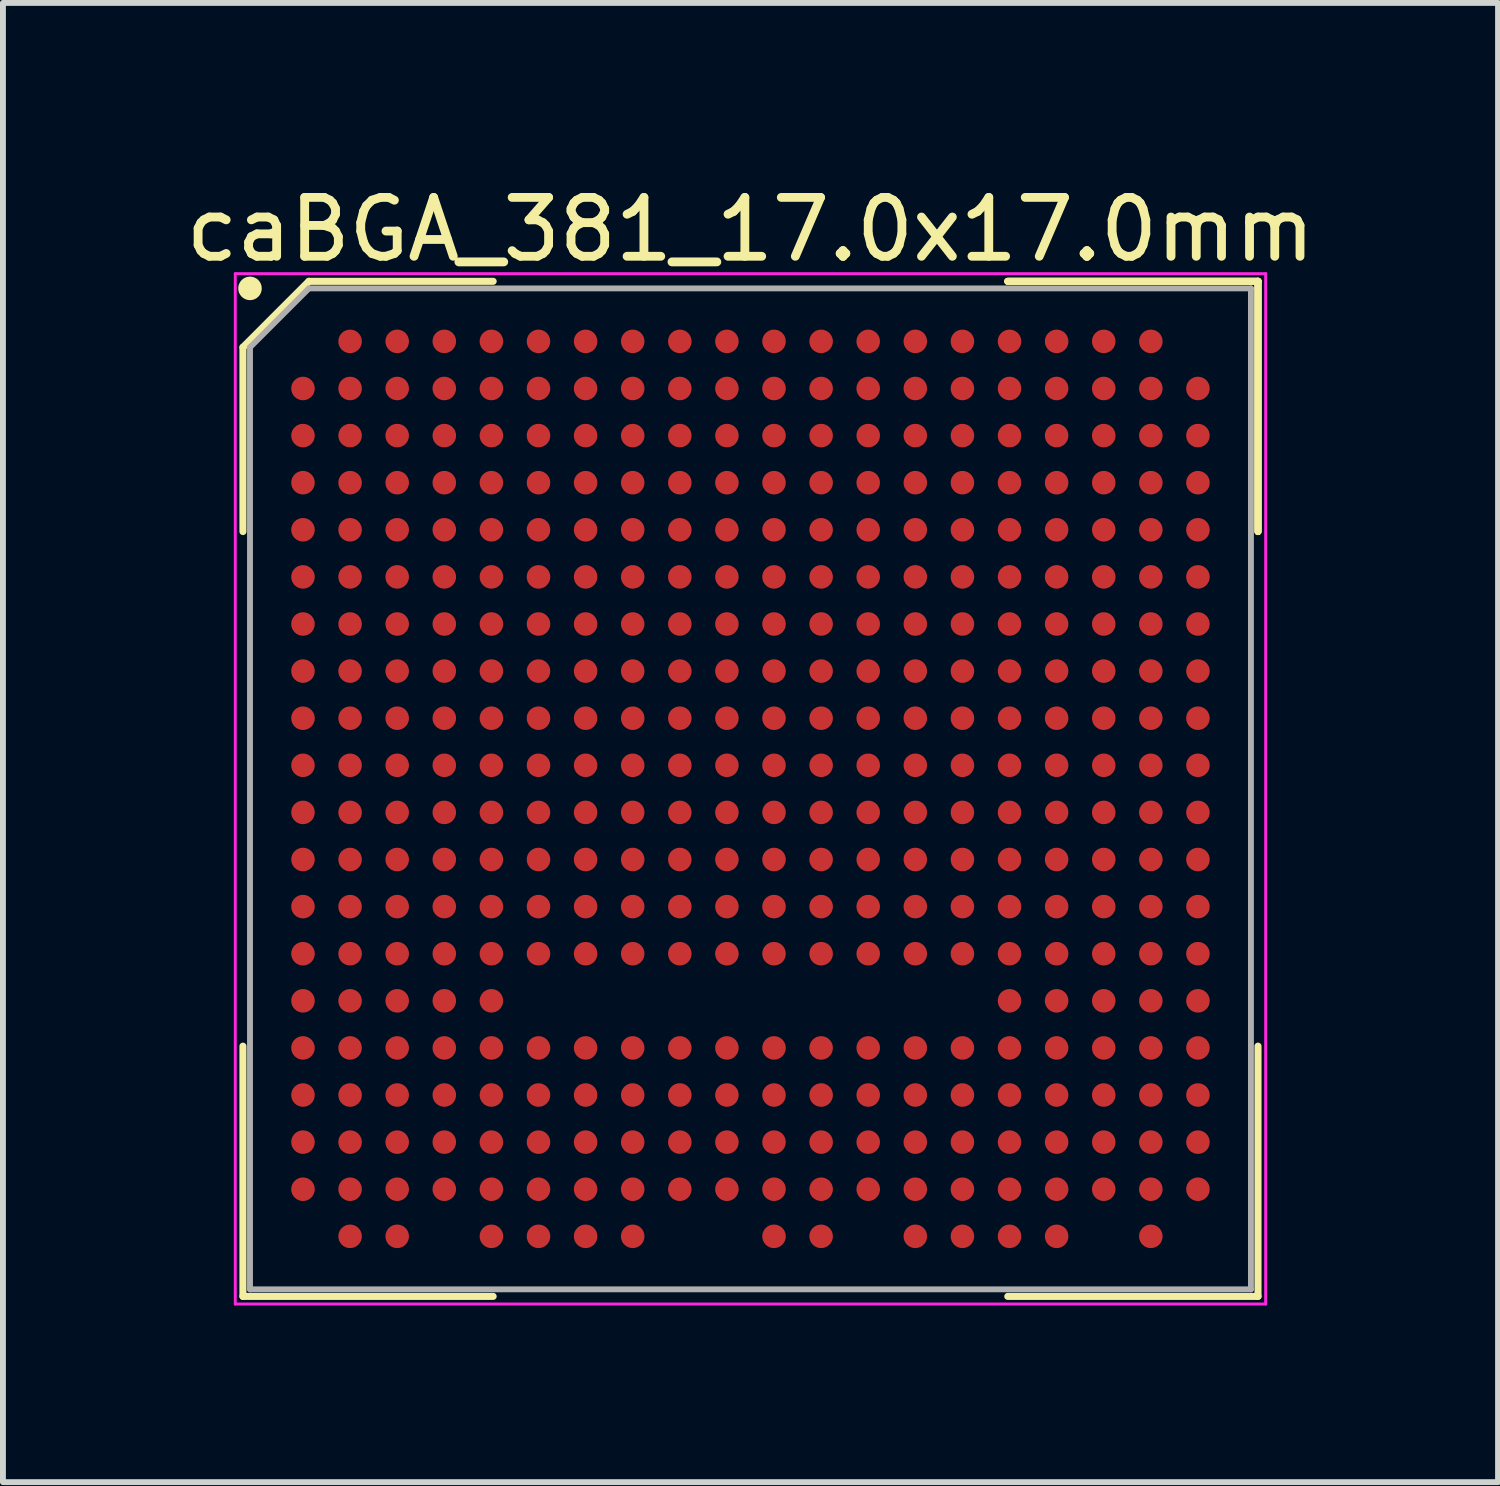
<source format=kicad_pcb>
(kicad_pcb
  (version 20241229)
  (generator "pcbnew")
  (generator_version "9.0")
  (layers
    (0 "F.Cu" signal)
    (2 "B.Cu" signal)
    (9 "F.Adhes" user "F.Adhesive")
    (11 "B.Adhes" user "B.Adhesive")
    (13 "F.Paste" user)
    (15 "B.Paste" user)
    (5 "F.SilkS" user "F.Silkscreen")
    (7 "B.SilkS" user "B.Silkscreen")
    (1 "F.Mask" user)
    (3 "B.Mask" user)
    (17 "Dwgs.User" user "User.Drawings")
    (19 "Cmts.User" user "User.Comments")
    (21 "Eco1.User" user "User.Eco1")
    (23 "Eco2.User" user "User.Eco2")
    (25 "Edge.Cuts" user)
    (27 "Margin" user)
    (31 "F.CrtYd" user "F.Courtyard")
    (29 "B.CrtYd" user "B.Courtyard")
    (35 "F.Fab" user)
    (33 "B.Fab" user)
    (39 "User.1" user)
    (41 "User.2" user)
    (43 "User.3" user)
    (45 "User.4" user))
  (footprint "caBGA_381_17.0x17.0mm"
    (layer "F.Cu")
    (at 9.696 10.348)
    (property "Reference" "caBGA_381_17.0x17.0mm" (at 0 -9.5 0) (layer "F.SilkS") (effects (font (size 1 1) (thickness 0.15))))
    (attr smd)
    (fp_line (start -8.62 -7.5) (end -8.62 -4.37) (stroke (width 0.12) (type solid)) (layer "F.SilkS"))
    (fp_line (start -8.62 8.62) (end -8.62 4.37) (stroke (width 0.12) (type solid)) (layer "F.SilkS"))
    (fp_line (start -7.5 -8.62) (end -8.62 -7.5) (stroke (width 0.12) (type solid)) (layer "F.SilkS"))
    (fp_line (start -4.37 -8.62) (end -7.5 -8.62) (stroke (width 0.12) (type solid)) (layer "F.SilkS"))
    (fp_line (start -4.37 8.62) (end -8.62 8.62) (stroke (width 0.12) (type solid)) (layer "F.SilkS"))
    (fp_line (start 4.37 -8.62) (end 8.62 -8.62) (stroke (width 0.12) (type solid)) (layer "F.SilkS"))
    (fp_line (start 4.37 -8.62) (end 8.62 -8.62) (stroke (width 0.12) (type solid)) (layer "F.SilkS"))
    (fp_line (start 4.37 -8.62) (end 8.62 -8.62) (stroke (width 0.12) (type solid)) (layer "F.SilkS"))
    (fp_line (start 4.37 8.62) (end 8.62 8.62) (stroke (width 0.12) (type solid)) (layer "F.SilkS"))
    (fp_line (start 8.62 -8.62) (end 8.62 -4.37) (stroke (width 0.12) (type solid)) (layer "F.SilkS"))
    (fp_line (start 8.62 -8.62) (end 8.62 -4.37) (stroke (width 0.12) (type solid)) (layer "F.SilkS"))
    (fp_line (start 8.62 -8.62) (end 8.62 -4.37) (stroke (width 0.12) (type solid)) (layer "F.SilkS"))
    (fp_line (start 8.62 8.62) (end 8.62 4.37) (stroke (width 0.12) (type solid)) (layer "F.SilkS"))
    (fp_circle (center -8.5 -8.5) (end -8.5 -8.4) (stroke (width 0.2) (type solid)) (fill no) (layer "F.SilkS"))
    (fp_line (start -8.75 -8.75) (end 8.75 -8.75) (stroke (width 0.05) (type solid)) (layer "F.CrtYd"))
    (fp_line (start -8.75 8.75) (end -8.75 -8.75) (stroke (width 0.05) (type solid)) (layer "F.CrtYd"))
    (fp_line (start 8.75 -8.75) (end 8.75 8.75) (stroke (width 0.05) (type solid)) (layer "F.CrtYd"))
    (fp_line (start 8.75 8.75) (end -8.75 8.75) (stroke (width 0.05) (type solid)) (layer "F.CrtYd"))
    (fp_line (start -8.5 -7.5) (end -8.5 8.5) (stroke (width 0.1) (type solid)) (layer "F.Fab"))
    (fp_line (start -8.5 8.5) (end 8.5 8.5) (stroke (width 0.1) (type solid)) (layer "F.Fab"))
    (fp_line (start -7.5 -8.5) (end -8.5 -7.5) (stroke (width 0.1) (type solid)) (layer "F.Fab"))
    (fp_line (start 8.5 -8.5) (end -7.5 -8.5) (stroke (width 0.1) (type solid)) (layer "F.Fab"))
    (fp_line (start 8.5 8.5) (end 8.5 -8.5) (stroke (width 0.1) (type solid)) (layer "F.Fab"))
    (pad "A2" smd circle (at -6.8 -7.6) (size 0.4 0.4) (layers "F.Cu" "F.Mask" "F.Paste"))
    (pad "A3" smd circle (at -6 -7.6) (size 0.4 0.4) (layers "F.Cu" "F.Mask" "F.Paste"))
    (pad "A4" smd circle (at -5.2 -7.6) (size 0.4 0.4) (layers "F.Cu" "F.Mask" "F.Paste"))
    (pad "A5" smd circle (at -4.4 -7.6) (size 0.4 0.4) (layers "F.Cu" "F.Mask" "F.Paste"))
    (pad "A6" smd circle (at -3.6 -7.6) (size 0.4 0.4) (layers "F.Cu" "F.Mask" "F.Paste"))
    (pad "A7" smd circle (at -2.8 -7.6) (size 0.4 0.4) (layers "F.Cu" "F.Mask" "F.Paste"))
    (pad "A8" smd circle (at -2 -7.6) (size 0.4 0.4) (layers "F.Cu" "F.Mask" "F.Paste"))
    (pad "A9" smd circle (at -1.2 -7.6) (size 0.4 0.4) (layers "F.Cu" "F.Mask" "F.Paste"))
    (pad "A10" smd circle (at -0.4 -7.6) (size 0.4 0.4) (layers "F.Cu" "F.Mask" "F.Paste"))
    (pad "A11" smd circle (at 0.4 -7.6) (size 0.4 0.4) (layers "F.Cu" "F.Mask" "F.Paste"))
    (pad "A12" smd circle (at 1.2 -7.6) (size 0.4 0.4) (layers "F.Cu" "F.Mask" "F.Paste"))
    (pad "A13" smd circle (at 2 -7.6) (size 0.4 0.4) (layers "F.Cu" "F.Mask" "F.Paste"))
    (pad "A14" smd circle (at 2.8 -7.6) (size 0.4 0.4) (layers "F.Cu" "F.Mask" "F.Paste"))
    (pad "A15" smd circle (at 3.6 -7.6) (size 0.4 0.4) (layers "F.Cu" "F.Mask" "F.Paste"))
    (pad "A16" smd circle (at 4.4 -7.6) (size 0.4 0.4) (layers "F.Cu" "F.Mask" "F.Paste"))
    (pad "A17" smd circle (at 5.2 -7.6) (size 0.4 0.4) (layers "F.Cu" "F.Mask" "F.Paste"))
    (pad "A18" smd circle (at 6 -7.6) (size 0.4 0.4) (layers "F.Cu" "F.Mask" "F.Paste"))
    (pad "A19" smd circle (at 6.8 -7.6) (size 0.4 0.4) (layers "F.Cu" "F.Mask" "F.Paste"))
    (pad "B1" smd circle (at -7.6 -6.8) (size 0.4 0.4) (layers "F.Cu" "F.Mask" "F.Paste"))
    (pad "B2" smd circle (at -6.8 -6.8) (size 0.4 0.4) (layers "F.Cu" "F.Mask" "F.Paste"))
    (pad "B3" smd circle (at -6 -6.8) (size 0.4 0.4) (layers "F.Cu" "F.Mask" "F.Paste"))
    (pad "B4" smd circle (at -5.2 -6.8) (size 0.4 0.4) (layers "F.Cu" "F.Mask" "F.Paste"))
    (pad "B5" smd circle (at -4.4 -6.8) (size 0.4 0.4) (layers "F.Cu" "F.Mask" "F.Paste"))
    (pad "B6" smd circle (at -3.6 -6.8) (size 0.4 0.4) (layers "F.Cu" "F.Mask" "F.Paste"))
    (pad "B7" smd circle (at -2.8 -6.8) (size 0.4 0.4) (layers "F.Cu" "F.Mask" "F.Paste"))
    (pad "B8" smd circle (at -2 -6.8) (size 0.4 0.4) (layers "F.Cu" "F.Mask" "F.Paste"))
    (pad "B9" smd circle (at -1.2 -6.8) (size 0.4 0.4) (layers "F.Cu" "F.Mask" "F.Paste"))
    (pad "B10" smd circle (at -0.4 -6.8) (size 0.4 0.4) (layers "F.Cu" "F.Mask" "F.Paste"))
    (pad "B11" smd circle (at 0.4 -6.8) (size 0.4 0.4) (layers "F.Cu" "F.Mask" "F.Paste"))
    (pad "B12" smd circle (at 1.2 -6.8) (size 0.4 0.4) (layers "F.Cu" "F.Mask" "F.Paste"))
    (pad "B13" smd circle (at 2 -6.8) (size 0.4 0.4) (layers "F.Cu" "F.Mask" "F.Paste"))
    (pad "B14" smd circle (at 2.8 -6.8) (size 0.4 0.4) (layers "F.Cu" "F.Mask" "F.Paste"))
    (pad "B15" smd circle (at 3.6 -6.8) (size 0.4 0.4) (layers "F.Cu" "F.Mask" "F.Paste"))
    (pad "B16" smd circle (at 4.4 -6.8) (size 0.4 0.4) (layers "F.Cu" "F.Mask" "F.Paste"))
    (pad "B17" smd circle (at 5.2 -6.8) (size 0.4 0.4) (layers "F.Cu" "F.Mask" "F.Paste"))
    (pad "B18" smd circle (at 6 -6.8) (size 0.4 0.4) (layers "F.Cu" "F.Mask" "F.Paste"))
    (pad "B19" smd circle (at 6.8 -6.8) (size 0.4 0.4) (layers "F.Cu" "F.Mask" "F.Paste"))
    (pad "B20" smd circle (at 7.6 -6.8) (size 0.4 0.4) (layers "F.Cu" "F.Mask" "F.Paste"))
    (pad "C1" smd circle (at -7.6 -6) (size 0.4 0.4) (layers "F.Cu" "F.Mask" "F.Paste"))
    (pad "C2" smd circle (at -6.8 -6) (size 0.4 0.4) (layers "F.Cu" "F.Mask" "F.Paste"))
    (pad "C3" smd circle (at -6 -6) (size 0.4 0.4) (layers "F.Cu" "F.Mask" "F.Paste"))
    (pad "C4" smd circle (at -5.2 -6) (size 0.4 0.4) (layers "F.Cu" "F.Mask" "F.Paste"))
    (pad "C5" smd circle (at -4.4 -6) (size 0.4 0.4) (layers "F.Cu" "F.Mask" "F.Paste"))
    (pad "C6" smd circle (at -3.6 -6) (size 0.4 0.4) (layers "F.Cu" "F.Mask" "F.Paste"))
    (pad "C7" smd circle (at -2.8 -6) (size 0.4 0.4) (layers "F.Cu" "F.Mask" "F.Paste"))
    (pad "C8" smd circle (at -2 -6) (size 0.4 0.4) (layers "F.Cu" "F.Mask" "F.Paste"))
    (pad "C9" smd circle (at -1.2 -6) (size 0.4 0.4) (layers "F.Cu" "F.Mask" "F.Paste"))
    (pad "C10" smd circle (at -0.4 -6) (size 0.4 0.4) (layers "F.Cu" "F.Mask" "F.Paste"))
    (pad "C11" smd circle (at 0.4 -6) (size 0.4 0.4) (layers "F.Cu" "F.Mask" "F.Paste"))
    (pad "C12" smd circle (at 1.2 -6) (size 0.4 0.4) (layers "F.Cu" "F.Mask" "F.Paste"))
    (pad "C13" smd circle (at 2 -6) (size 0.4 0.4) (layers "F.Cu" "F.Mask" "F.Paste"))
    (pad "C14" smd circle (at 2.8 -6) (size 0.4 0.4) (layers "F.Cu" "F.Mask" "F.Paste"))
    (pad "C15" smd circle (at 3.6 -6) (size 0.4 0.4) (layers "F.Cu" "F.Mask" "F.Paste"))
    (pad "C16" smd circle (at 4.4 -6) (size 0.4 0.4) (layers "F.Cu" "F.Mask" "F.Paste"))
    (pad "C17" smd circle (at 5.2 -6) (size 0.4 0.4) (layers "F.Cu" "F.Mask" "F.Paste"))
    (pad "C18" smd circle (at 6 -6) (size 0.4 0.4) (layers "F.Cu" "F.Mask" "F.Paste"))
    (pad "C19" smd circle (at 6.8 -6) (size 0.4 0.4) (layers "F.Cu" "F.Mask" "F.Paste"))
    (pad "C20" smd circle (at 7.6 -6) (size 0.4 0.4) (layers "F.Cu" "F.Mask" "F.Paste"))
    (pad "D1" smd circle (at -7.6 -5.2) (size 0.4 0.4) (layers "F.Cu" "F.Mask" "F.Paste"))
    (pad "D2" smd circle (at -6.8 -5.2) (size 0.4 0.4) (layers "F.Cu" "F.Mask" "F.Paste"))
    (pad "D3" smd circle (at -6 -5.2) (size 0.4 0.4) (layers "F.Cu" "F.Mask" "F.Paste"))
    (pad "D4" smd circle (at -5.2 -5.2) (size 0.4 0.4) (layers "F.Cu" "F.Mask" "F.Paste"))
    (pad "D5" smd circle (at -4.4 -5.2) (size 0.4 0.4) (layers "F.Cu" "F.Mask" "F.Paste"))
    (pad "D6" smd circle (at -3.6 -5.2) (size 0.4 0.4) (layers "F.Cu" "F.Mask" "F.Paste"))
    (pad "D7" smd circle (at -2.8 -5.2) (size 0.4 0.4) (layers "F.Cu" "F.Mask" "F.Paste"))
    (pad "D8" smd circle (at -2 -5.2) (size 0.4 0.4) (layers "F.Cu" "F.Mask" "F.Paste"))
    (pad "D9" smd circle (at -1.2 -5.2) (size 0.4 0.4) (layers "F.Cu" "F.Mask" "F.Paste"))
    (pad "D10" smd circle (at -0.4 -5.2) (size 0.4 0.4) (layers "F.Cu" "F.Mask" "F.Paste"))
    (pad "D11" smd circle (at 0.4 -5.2) (size 0.4 0.4) (layers "F.Cu" "F.Mask" "F.Paste"))
    (pad "D12" smd circle (at 1.2 -5.2) (size 0.4 0.4) (layers "F.Cu" "F.Mask" "F.Paste"))
    (pad "D13" smd circle (at 2 -5.2) (size 0.4 0.4) (layers "F.Cu" "F.Mask" "F.Paste"))
    (pad "D14" smd circle (at 2.8 -5.2) (size 0.4 0.4) (layers "F.Cu" "F.Mask" "F.Paste"))
    (pad "D15" smd circle (at 3.6 -5.2) (size 0.4 0.4) (layers "F.Cu" "F.Mask" "F.Paste"))
    (pad "D16" smd circle (at 4.4 -5.2) (size 0.4 0.4) (layers "F.Cu" "F.Mask" "F.Paste"))
    (pad "D17" smd circle (at 5.2 -5.2) (size 0.4 0.4) (layers "F.Cu" "F.Mask" "F.Paste"))
    (pad "D18" smd circle (at 6 -5.2) (size 0.4 0.4) (layers "F.Cu" "F.Mask" "F.Paste"))
    (pad "D19" smd circle (at 6.8 -5.2) (size 0.4 0.4) (layers "F.Cu" "F.Mask" "F.Paste"))
    (pad "D20" smd circle (at 7.6 -5.2) (size 0.4 0.4) (layers "F.Cu" "F.Mask" "F.Paste"))
    (pad "E1" smd circle (at -7.6 -4.4) (size 0.4 0.4) (layers "F.Cu" "F.Mask" "F.Paste"))
    (pad "E2" smd circle (at -6.8 -4.4) (size 0.4 0.4) (layers "F.Cu" "F.Mask" "F.Paste"))
    (pad "E3" smd circle (at -6 -4.4) (size 0.4 0.4) (layers "F.Cu" "F.Mask" "F.Paste"))
    (pad "E4" smd circle (at -5.2 -4.4) (size 0.4 0.4) (layers "F.Cu" "F.Mask" "F.Paste"))
    (pad "E5" smd circle (at -4.4 -4.4) (size 0.4 0.4) (layers "F.Cu" "F.Mask" "F.Paste"))
    (pad "E6" smd circle (at -3.6 -4.4) (size 0.4 0.4) (layers "F.Cu" "F.Mask" "F.Paste"))
    (pad "E7" smd circle (at -2.8 -4.4) (size 0.4 0.4) (layers "F.Cu" "F.Mask" "F.Paste"))
    (pad "E8" smd circle (at -2 -4.4) (size 0.4 0.4) (layers "F.Cu" "F.Mask" "F.Paste"))
    (pad "E9" smd circle (at -1.2 -4.4) (size 0.4 0.4) (layers "F.Cu" "F.Mask" "F.Paste"))
    (pad "E10" smd circle (at -0.4 -4.4) (size 0.4 0.4) (layers "F.Cu" "F.Mask" "F.Paste"))
    (pad "E11" smd circle (at 0.4 -4.4) (size 0.4 0.4) (layers "F.Cu" "F.Mask" "F.Paste"))
    (pad "E12" smd circle (at 1.2 -4.4) (size 0.4 0.4) (layers "F.Cu" "F.Mask" "F.Paste"))
    (pad "E13" smd circle (at 2 -4.4) (size 0.4 0.4) (layers "F.Cu" "F.Mask" "F.Paste"))
    (pad "E14" smd circle (at 2.8 -4.4) (size 0.4 0.4) (layers "F.Cu" "F.Mask" "F.Paste"))
    (pad "E15" smd circle (at 3.6 -4.4) (size 0.4 0.4) (layers "F.Cu" "F.Mask" "F.Paste"))
    (pad "E16" smd circle (at 4.4 -4.4) (size 0.4 0.4) (layers "F.Cu" "F.Mask" "F.Paste"))
    (pad "E17" smd circle (at 5.2 -4.4) (size 0.4 0.4) (layers "F.Cu" "F.Mask" "F.Paste"))
    (pad "E18" smd circle (at 6 -4.4) (size 0.4 0.4) (layers "F.Cu" "F.Mask" "F.Paste"))
    (pad "E19" smd circle (at 6.8 -4.4) (size 0.4 0.4) (layers "F.Cu" "F.Mask" "F.Paste"))
    (pad "E20" smd circle (at 7.6 -4.4) (size 0.4 0.4) (layers "F.Cu" "F.Mask" "F.Paste"))
    (pad "F1" smd circle (at -7.6 -3.6) (size 0.4 0.4) (layers "F.Cu" "F.Mask" "F.Paste"))
    (pad "F2" smd circle (at -6.8 -3.6) (size 0.4 0.4) (layers "F.Cu" "F.Mask" "F.Paste"))
    (pad "F3" smd circle (at -6 -3.6) (size 0.4 0.4) (layers "F.Cu" "F.Mask" "F.Paste"))
    (pad "F4" smd circle (at -5.2 -3.6) (size 0.4 0.4) (layers "F.Cu" "F.Mask" "F.Paste"))
    (pad "F5" smd circle (at -4.4 -3.6) (size 0.4 0.4) (layers "F.Cu" "F.Mask" "F.Paste"))
    (pad "F6" smd circle (at -3.6 -3.6) (size 0.4 0.4) (layers "F.Cu" "F.Mask" "F.Paste"))
    (pad "F7" smd circle (at -2.8 -3.6) (size 0.4 0.4) (layers "F.Cu" "F.Mask" "F.Paste"))
    (pad "F8" smd circle (at -2 -3.6) (size 0.4 0.4) (layers "F.Cu" "F.Mask" "F.Paste"))
    (pad "F9" smd circle (at -1.2 -3.6) (size 0.4 0.4) (layers "F.Cu" "F.Mask" "F.Paste"))
    (pad "F10" smd circle (at -0.4 -3.6) (size 0.4 0.4) (layers "F.Cu" "F.Mask" "F.Paste"))
    (pad "F11" smd circle (at 0.4 -3.6) (size 0.4 0.4) (layers "F.Cu" "F.Mask" "F.Paste"))
    (pad "F12" smd circle (at 1.2 -3.6) (size 0.4 0.4) (layers "F.Cu" "F.Mask" "F.Paste"))
    (pad "F13" smd circle (at 2 -3.6) (size 0.4 0.4) (layers "F.Cu" "F.Mask" "F.Paste"))
    (pad "F14" smd circle (at 2.8 -3.6) (size 0.4 0.4) (layers "F.Cu" "F.Mask" "F.Paste"))
    (pad "F15" smd circle (at 3.6 -3.6) (size 0.4 0.4) (layers "F.Cu" "F.Mask" "F.Paste"))
    (pad "F16" smd circle (at 4.4 -3.6) (size 0.4 0.4) (layers "F.Cu" "F.Mask" "F.Paste"))
    (pad "F17" smd circle (at 5.2 -3.6) (size 0.4 0.4) (layers "F.Cu" "F.Mask" "F.Paste"))
    (pad "F18" smd circle (at 6 -3.6) (size 0.4 0.4) (layers "F.Cu" "F.Mask" "F.Paste"))
    (pad "F19" smd circle (at 6.8 -3.6) (size 0.4 0.4) (layers "F.Cu" "F.Mask" "F.Paste"))
    (pad "F20" smd circle (at 7.6 -3.6) (size 0.4 0.4) (layers "F.Cu" "F.Mask" "F.Paste"))
    (pad "G1" smd circle (at -7.6 -2.8) (size 0.4 0.4) (layers "F.Cu" "F.Mask" "F.Paste"))
    (pad "G2" smd circle (at -6.8 -2.8) (size 0.4 0.4) (layers "F.Cu" "F.Mask" "F.Paste"))
    (pad "G3" smd circle (at -6 -2.8) (size 0.4 0.4) (layers "F.Cu" "F.Mask" "F.Paste"))
    (pad "G4" smd circle (at -5.2 -2.8) (size 0.4 0.4) (layers "F.Cu" "F.Mask" "F.Paste"))
    (pad "G5" smd circle (at -4.4 -2.8) (size 0.4 0.4) (layers "F.Cu" "F.Mask" "F.Paste"))
    (pad "G6" smd circle (at -3.6 -2.8) (size 0.4 0.4) (layers "F.Cu" "F.Mask" "F.Paste"))
    (pad "G7" smd circle (at -2.8 -2.8) (size 0.4 0.4) (layers "F.Cu" "F.Mask" "F.Paste"))
    (pad "G8" smd circle (at -2 -2.8) (size 0.4 0.4) (layers "F.Cu" "F.Mask" "F.Paste"))
    (pad "G9" smd circle (at -1.2 -2.8) (size 0.4 0.4) (layers "F.Cu" "F.Mask" "F.Paste"))
    (pad "G10" smd circle (at -0.4 -2.8) (size 0.4 0.4) (layers "F.Cu" "F.Mask" "F.Paste"))
    (pad "G11" smd circle (at 0.4 -2.8) (size 0.4 0.4) (layers "F.Cu" "F.Mask" "F.Paste"))
    (pad "G12" smd circle (at 1.2 -2.8) (size 0.4 0.4) (layers "F.Cu" "F.Mask" "F.Paste"))
    (pad "G13" smd circle (at 2 -2.8) (size 0.4 0.4) (layers "F.Cu" "F.Mask" "F.Paste"))
    (pad "G14" smd circle (at 2.8 -2.8) (size 0.4 0.4) (layers "F.Cu" "F.Mask" "F.Paste"))
    (pad "G15" smd circle (at 3.6 -2.8) (size 0.4 0.4) (layers "F.Cu" "F.Mask" "F.Paste"))
    (pad "G16" smd circle (at 4.4 -2.8) (size 0.4 0.4) (layers "F.Cu" "F.Mask" "F.Paste"))
    (pad "G17" smd circle (at 5.2 -2.8) (size 0.4 0.4) (layers "F.Cu" "F.Mask" "F.Paste"))
    (pad "G18" smd circle (at 6 -2.8) (size 0.4 0.4) (layers "F.Cu" "F.Mask" "F.Paste"))
    (pad "G19" smd circle (at 6.8 -2.8) (size 0.4 0.4) (layers "F.Cu" "F.Mask" "F.Paste"))
    (pad "G20" smd circle (at 7.6 -2.8) (size 0.4 0.4) (layers "F.Cu" "F.Mask" "F.Paste"))
    (pad "H1" smd circle (at -7.6 -2) (size 0.4 0.4) (layers "F.Cu" "F.Mask" "F.Paste"))
    (pad "H2" smd circle (at -6.8 -2) (size 0.4 0.4) (layers "F.Cu" "F.Mask" "F.Paste"))
    (pad "H3" smd circle (at -6 -2) (size 0.4 0.4) (layers "F.Cu" "F.Mask" "F.Paste"))
    (pad "H4" smd circle (at -5.2 -2) (size 0.4 0.4) (layers "F.Cu" "F.Mask" "F.Paste"))
    (pad "H5" smd circle (at -4.4 -2) (size 0.4 0.4) (layers "F.Cu" "F.Mask" "F.Paste"))
    (pad "H6" smd circle (at -3.6 -2) (size 0.4 0.4) (layers "F.Cu" "F.Mask" "F.Paste"))
    (pad "H7" smd circle (at -2.8 -2) (size 0.4 0.4) (layers "F.Cu" "F.Mask" "F.Paste"))
    (pad "H8" smd circle (at -2 -2) (size 0.4 0.4) (layers "F.Cu" "F.Mask" "F.Paste"))
    (pad "H9" smd circle (at -1.2 -2) (size 0.4 0.4) (layers "F.Cu" "F.Mask" "F.Paste"))
    (pad "H10" smd circle (at -0.4 -2) (size 0.4 0.4) (layers "F.Cu" "F.Mask" "F.Paste"))
    (pad "H11" smd circle (at 0.4 -2) (size 0.4 0.4) (layers "F.Cu" "F.Mask" "F.Paste"))
    (pad "H12" smd circle (at 1.2 -2) (size 0.4 0.4) (layers "F.Cu" "F.Mask" "F.Paste"))
    (pad "H13" smd circle (at 2 -2) (size 0.4 0.4) (layers "F.Cu" "F.Mask" "F.Paste"))
    (pad "H14" smd circle (at 2.8 -2) (size 0.4 0.4) (layers "F.Cu" "F.Mask" "F.Paste"))
    (pad "H15" smd circle (at 3.6 -2) (size 0.4 0.4) (layers "F.Cu" "F.Mask" "F.Paste"))
    (pad "H16" smd circle (at 4.4 -2) (size 0.4 0.4) (layers "F.Cu" "F.Mask" "F.Paste"))
    (pad "H17" smd circle (at 5.2 -2) (size 0.4 0.4) (layers "F.Cu" "F.Mask" "F.Paste"))
    (pad "H18" smd circle (at 6 -2) (size 0.4 0.4) (layers "F.Cu" "F.Mask" "F.Paste"))
    (pad "H19" smd circle (at 6.8 -2) (size 0.4 0.4) (layers "F.Cu" "F.Mask" "F.Paste"))
    (pad "H20" smd circle (at 7.6 -2) (size 0.4 0.4) (layers "F.Cu" "F.Mask" "F.Paste"))
    (pad "J1" smd circle (at -7.6 -1.2) (size 0.4 0.4) (layers "F.Cu" "F.Mask" "F.Paste"))
    (pad "J2" smd circle (at -6.8 -1.2) (size 0.4 0.4) (layers "F.Cu" "F.Mask" "F.Paste"))
    (pad "J3" smd circle (at -6 -1.2) (size 0.4 0.4) (layers "F.Cu" "F.Mask" "F.Paste"))
    (pad "J4" smd circle (at -5.2 -1.2) (size 0.4 0.4) (layers "F.Cu" "F.Mask" "F.Paste"))
    (pad "J5" smd circle (at -4.4 -1.2) (size 0.4 0.4) (layers "F.Cu" "F.Mask" "F.Paste"))
    (pad "J6" smd circle (at -3.6 -1.2) (size 0.4 0.4) (layers "F.Cu" "F.Mask" "F.Paste"))
    (pad "J7" smd circle (at -2.8 -1.2) (size 0.4 0.4) (layers "F.Cu" "F.Mask" "F.Paste"))
    (pad "J8" smd circle (at -2 -1.2) (size 0.4 0.4) (layers "F.Cu" "F.Mask" "F.Paste"))
    (pad "J9" smd circle (at -1.2 -1.2) (size 0.4 0.4) (layers "F.Cu" "F.Mask" "F.Paste"))
    (pad "J10" smd circle (at -0.4 -1.2) (size 0.4 0.4) (layers "F.Cu" "F.Mask" "F.Paste"))
    (pad "J11" smd circle (at 0.4 -1.2) (size 0.4 0.4) (layers "F.Cu" "F.Mask" "F.Paste"))
    (pad "J12" smd circle (at 1.2 -1.2) (size 0.4 0.4) (layers "F.Cu" "F.Mask" "F.Paste"))
    (pad "J13" smd circle (at 2 -1.2) (size 0.4 0.4) (layers "F.Cu" "F.Mask" "F.Paste"))
    (pad "J14" smd circle (at 2.8 -1.2) (size 0.4 0.4) (layers "F.Cu" "F.Mask" "F.Paste"))
    (pad "J15" smd circle (at 3.6 -1.2) (size 0.4 0.4) (layers "F.Cu" "F.Mask" "F.Paste"))
    (pad "J16" smd circle (at 4.4 -1.2) (size 0.4 0.4) (layers "F.Cu" "F.Mask" "F.Paste"))
    (pad "J17" smd circle (at 5.2 -1.2) (size 0.4 0.4) (layers "F.Cu" "F.Mask" "F.Paste"))
    (pad "J18" smd circle (at 6 -1.2) (size 0.4 0.4) (layers "F.Cu" "F.Mask" "F.Paste"))
    (pad "J19" smd circle (at 6.8 -1.2) (size 0.4 0.4) (layers "F.Cu" "F.Mask" "F.Paste"))
    (pad "J20" smd circle (at 7.6 -1.2) (size 0.4 0.4) (layers "F.Cu" "F.Mask" "F.Paste"))
    (pad "K1" smd circle (at -7.6 -0.4) (size 0.4 0.4) (layers "F.Cu" "F.Mask" "F.Paste"))
    (pad "K2" smd circle (at -6.8 -0.4) (size 0.4 0.4) (layers "F.Cu" "F.Mask" "F.Paste"))
    (pad "K3" smd circle (at -6 -0.4) (size 0.4 0.4) (layers "F.Cu" "F.Mask" "F.Paste"))
    (pad "K4" smd circle (at -5.2 -0.4) (size 0.4 0.4) (layers "F.Cu" "F.Mask" "F.Paste"))
    (pad "K5" smd circle (at -4.4 -0.4) (size 0.4 0.4) (layers "F.Cu" "F.Mask" "F.Paste"))
    (pad "K6" smd circle (at -3.6 -0.4) (size 0.4 0.4) (layers "F.Cu" "F.Mask" "F.Paste"))
    (pad "K7" smd circle (at -2.8 -0.4) (size 0.4 0.4) (layers "F.Cu" "F.Mask" "F.Paste"))
    (pad "K8" smd circle (at -2 -0.4) (size 0.4 0.4) (layers "F.Cu" "F.Mask" "F.Paste"))
    (pad "K9" smd circle (at -1.2 -0.4) (size 0.4 0.4) (layers "F.Cu" "F.Mask" "F.Paste"))
    (pad "K10" smd circle (at -0.4 -0.4) (size 0.4 0.4) (layers "F.Cu" "F.Mask" "F.Paste"))
    (pad "K11" smd circle (at 0.4 -0.4) (size 0.4 0.4) (layers "F.Cu" "F.Mask" "F.Paste"))
    (pad "K12" smd circle (at 1.2 -0.4) (size 0.4 0.4) (layers "F.Cu" "F.Mask" "F.Paste"))
    (pad "K13" smd circle (at 2 -0.4) (size 0.4 0.4) (layers "F.Cu" "F.Mask" "F.Paste"))
    (pad "K14" smd circle (at 2.8 -0.4) (size 0.4 0.4) (layers "F.Cu" "F.Mask" "F.Paste"))
    (pad "K15" smd circle (at 3.6 -0.4) (size 0.4 0.4) (layers "F.Cu" "F.Mask" "F.Paste"))
    (pad "K16" smd circle (at 4.4 -0.4) (size 0.4 0.4) (layers "F.Cu" "F.Mask" "F.Paste"))
    (pad "K17" smd circle (at 5.2 -0.4) (size 0.4 0.4) (layers "F.Cu" "F.Mask" "F.Paste"))
    (pad "K18" smd circle (at 6 -0.4) (size 0.4 0.4) (layers "F.Cu" "F.Mask" "F.Paste"))
    (pad "K19" smd circle (at 6.8 -0.4) (size 0.4 0.4) (layers "F.Cu" "F.Mask" "F.Paste"))
    (pad "K20" smd circle (at 7.6 -0.4) (size 0.4 0.4) (layers "F.Cu" "F.Mask" "F.Paste"))
    (pad "L1" smd circle (at -7.6 0.4) (size 0.4 0.4) (layers "F.Cu" "F.Mask" "F.Paste"))
    (pad "L2" smd circle (at -6.8 0.4) (size 0.4 0.4) (layers "F.Cu" "F.Mask" "F.Paste"))
    (pad "L3" smd circle (at -6 0.4) (size 0.4 0.4) (layers "F.Cu" "F.Mask" "F.Paste"))
    (pad "L4" smd circle (at -5.2 0.4) (size 0.4 0.4) (layers "F.Cu" "F.Mask" "F.Paste"))
    (pad "L5" smd circle (at -4.4 0.4) (size 0.4 0.4) (layers "F.Cu" "F.Mask" "F.Paste"))
    (pad "L6" smd circle (at -3.6 0.4) (size 0.4 0.4) (layers "F.Cu" "F.Mask" "F.Paste"))
    (pad "L7" smd circle (at -2.8 0.4) (size 0.4 0.4) (layers "F.Cu" "F.Mask" "F.Paste"))
    (pad "L8" smd circle (at -2 0.4) (size 0.4 0.4) (layers "F.Cu" "F.Mask" "F.Paste"))
    (pad "L9" smd circle (at -1.2 0.4) (size 0.4 0.4) (layers "F.Cu" "F.Mask" "F.Paste"))
    (pad "L10" smd circle (at -0.4 0.4) (size 0.4 0.4) (layers "F.Cu" "F.Mask" "F.Paste"))
    (pad "L11" smd circle (at 0.4 0.4) (size 0.4 0.4) (layers "F.Cu" "F.Mask" "F.Paste"))
    (pad "L12" smd circle (at 1.2 0.4) (size 0.4 0.4) (layers "F.Cu" "F.Mask" "F.Paste"))
    (pad "L13" smd circle (at 2 0.4) (size 0.4 0.4) (layers "F.Cu" "F.Mask" "F.Paste"))
    (pad "L14" smd circle (at 2.8 0.4) (size 0.4 0.4) (layers "F.Cu" "F.Mask" "F.Paste"))
    (pad "L15" smd circle (at 3.6 0.4) (size 0.4 0.4) (layers "F.Cu" "F.Mask" "F.Paste"))
    (pad "L16" smd circle (at 4.4 0.4) (size 0.4 0.4) (layers "F.Cu" "F.Mask" "F.Paste"))
    (pad "L17" smd circle (at 5.2 0.4) (size 0.4 0.4) (layers "F.Cu" "F.Mask" "F.Paste"))
    (pad "L18" smd circle (at 6 0.4) (size 0.4 0.4) (layers "F.Cu" "F.Mask" "F.Paste"))
    (pad "L19" smd circle (at 6.8 0.4) (size 0.4 0.4) (layers "F.Cu" "F.Mask" "F.Paste"))
    (pad "L20" smd circle (at 7.6 0.4) (size 0.4 0.4) (layers "F.Cu" "F.Mask" "F.Paste"))
    (pad "M1" smd circle (at -7.6 1.2) (size 0.4 0.4) (layers "F.Cu" "F.Mask" "F.Paste"))
    (pad "M2" smd circle (at -6.8 1.2) (size 0.4 0.4) (layers "F.Cu" "F.Mask" "F.Paste"))
    (pad "M3" smd circle (at -6 1.2) (size 0.4 0.4) (layers "F.Cu" "F.Mask" "F.Paste"))
    (pad "M4" smd circle (at -5.2 1.2) (size 0.4 0.4) (layers "F.Cu" "F.Mask" "F.Paste"))
    (pad "M5" smd circle (at -4.4 1.2) (size 0.4 0.4) (layers "F.Cu" "F.Mask" "F.Paste"))
    (pad "M6" smd circle (at -3.6 1.2) (size 0.4 0.4) (layers "F.Cu" "F.Mask" "F.Paste"))
    (pad "M7" smd circle (at -2.8 1.2) (size 0.4 0.4) (layers "F.Cu" "F.Mask" "F.Paste"))
    (pad "M8" smd circle (at -2 1.2) (size 0.4 0.4) (layers "F.Cu" "F.Mask" "F.Paste"))
    (pad "M9" smd circle (at -1.2 1.2) (size 0.4 0.4) (layers "F.Cu" "F.Mask" "F.Paste"))
    (pad "M10" smd circle (at -0.4 1.2) (size 0.4 0.4) (layers "F.Cu" "F.Mask" "F.Paste"))
    (pad "M11" smd circle (at 0.4 1.2) (size 0.4 0.4) (layers "F.Cu" "F.Mask" "F.Paste"))
    (pad "M12" smd circle (at 1.2 1.2) (size 0.4 0.4) (layers "F.Cu" "F.Mask" "F.Paste"))
    (pad "M13" smd circle (at 2 1.2) (size 0.4 0.4) (layers "F.Cu" "F.Mask" "F.Paste"))
    (pad "M14" smd circle (at 2.8 1.2) (size 0.4 0.4) (layers "F.Cu" "F.Mask" "F.Paste"))
    (pad "M15" smd circle (at 3.6 1.2) (size 0.4 0.4) (layers "F.Cu" "F.Mask" "F.Paste"))
    (pad "M16" smd circle (at 4.4 1.2) (size 0.4 0.4) (layers "F.Cu" "F.Mask" "F.Paste"))
    (pad "M17" smd circle (at 5.2 1.2) (size 0.4 0.4) (layers "F.Cu" "F.Mask" "F.Paste"))
    (pad "M18" smd circle (at 6 1.2) (size 0.4 0.4) (layers "F.Cu" "F.Mask" "F.Paste"))
    (pad "M19" smd circle (at 6.8 1.2) (size 0.4 0.4) (layers "F.Cu" "F.Mask" "F.Paste"))
    (pad "M20" smd circle (at 7.6 1.2) (size 0.4 0.4) (layers "F.Cu" "F.Mask" "F.Paste"))
    (pad "N1" smd circle (at -7.6 2) (size 0.4 0.4) (layers "F.Cu" "F.Mask" "F.Paste"))
    (pad "N2" smd circle (at -6.8 2) (size 0.4 0.4) (layers "F.Cu" "F.Mask" "F.Paste"))
    (pad "N3" smd circle (at -6 2) (size 0.4 0.4) (layers "F.Cu" "F.Mask" "F.Paste"))
    (pad "N4" smd circle (at -5.2 2) (size 0.4 0.4) (layers "F.Cu" "F.Mask" "F.Paste"))
    (pad "N5" smd circle (at -4.4 2) (size 0.4 0.4) (layers "F.Cu" "F.Mask" "F.Paste"))
    (pad "N6" smd circle (at -3.6 2) (size 0.4 0.4) (layers "F.Cu" "F.Mask" "F.Paste"))
    (pad "N7" smd circle (at -2.8 2) (size 0.4 0.4) (layers "F.Cu" "F.Mask" "F.Paste"))
    (pad "N8" smd circle (at -2 2) (size 0.4 0.4) (layers "F.Cu" "F.Mask" "F.Paste"))
    (pad "N9" smd circle (at -1.2 2) (size 0.4 0.4) (layers "F.Cu" "F.Mask" "F.Paste"))
    (pad "N10" smd circle (at -0.4 2) (size 0.4 0.4) (layers "F.Cu" "F.Mask" "F.Paste"))
    (pad "N11" smd circle (at 0.4 2) (size 0.4 0.4) (layers "F.Cu" "F.Mask" "F.Paste"))
    (pad "N12" smd circle (at 1.2 2) (size 0.4 0.4) (layers "F.Cu" "F.Mask" "F.Paste"))
    (pad "N13" smd circle (at 2 2) (size 0.4 0.4) (layers "F.Cu" "F.Mask" "F.Paste"))
    (pad "N14" smd circle (at 2.8 2) (size 0.4 0.4) (layers "F.Cu" "F.Mask" "F.Paste"))
    (pad "N15" smd circle (at 3.6 2) (size 0.4 0.4) (layers "F.Cu" "F.Mask" "F.Paste"))
    (pad "N16" smd circle (at 4.4 2) (size 0.4 0.4) (layers "F.Cu" "F.Mask" "F.Paste"))
    (pad "N17" smd circle (at 5.2 2) (size 0.4 0.4) (layers "F.Cu" "F.Mask" "F.Paste"))
    (pad "N18" smd circle (at 6 2) (size 0.4 0.4) (layers "F.Cu" "F.Mask" "F.Paste"))
    (pad "N19" smd circle (at 6.8 2) (size 0.4 0.4) (layers "F.Cu" "F.Mask" "F.Paste"))
    (pad "N20" smd circle (at 7.6 2) (size 0.4 0.4) (layers "F.Cu" "F.Mask" "F.Paste"))
    (pad "P1" smd circle (at -7.6 2.8) (size 0.4 0.4) (layers "F.Cu" "F.Mask" "F.Paste"))
    (pad "P2" smd circle (at -6.8 2.8) (size 0.4 0.4) (layers "F.Cu" "F.Mask" "F.Paste"))
    (pad "P3" smd circle (at -6 2.8) (size 0.4 0.4) (layers "F.Cu" "F.Mask" "F.Paste"))
    (pad "P4" smd circle (at -5.2 2.8) (size 0.4 0.4) (layers "F.Cu" "F.Mask" "F.Paste"))
    (pad "P5" smd circle (at -4.4 2.8) (size 0.4 0.4) (layers "F.Cu" "F.Mask" "F.Paste"))
    (pad "P6" smd circle (at -3.6 2.8) (size 0.4 0.4) (layers "F.Cu" "F.Mask" "F.Paste"))
    (pad "P7" smd circle (at -2.8 2.8) (size 0.4 0.4) (layers "F.Cu" "F.Mask" "F.Paste"))
    (pad "P8" smd circle (at -2 2.8) (size 0.4 0.4) (layers "F.Cu" "F.Mask" "F.Paste"))
    (pad "P9" smd circle (at -1.2 2.8) (size 0.4 0.4) (layers "F.Cu" "F.Mask" "F.Paste"))
    (pad "P10" smd circle (at -0.4 2.8) (size 0.4 0.4) (layers "F.Cu" "F.Mask" "F.Paste"))
    (pad "P11" smd circle (at 0.4 2.8) (size 0.4 0.4) (layers "F.Cu" "F.Mask" "F.Paste"))
    (pad "P12" smd circle (at 1.2 2.8) (size 0.4 0.4) (layers "F.Cu" "F.Mask" "F.Paste"))
    (pad "P13" smd circle (at 2 2.8) (size 0.4 0.4) (layers "F.Cu" "F.Mask" "F.Paste"))
    (pad "P14" smd circle (at 2.8 2.8) (size 0.4 0.4) (layers "F.Cu" "F.Mask" "F.Paste"))
    (pad "P15" smd circle (at 3.6 2.8) (size 0.4 0.4) (layers "F.Cu" "F.Mask" "F.Paste"))
    (pad "P16" smd circle (at 4.4 2.8) (size 0.4 0.4) (layers "F.Cu" "F.Mask" "F.Paste"))
    (pad "P17" smd circle (at 5.2 2.8) (size 0.4 0.4) (layers "F.Cu" "F.Mask" "F.Paste"))
    (pad "P18" smd circle (at 6 2.8) (size 0.4 0.4) (layers "F.Cu" "F.Mask" "F.Paste"))
    (pad "P19" smd circle (at 6.8 2.8) (size 0.4 0.4) (layers "F.Cu" "F.Mask" "F.Paste"))
    (pad "P20" smd circle (at 7.6 2.8) (size 0.4 0.4) (layers "F.Cu" "F.Mask" "F.Paste"))
    (pad "R1" smd circle (at -7.6 3.6) (size 0.4 0.4) (layers "F.Cu" "F.Mask" "F.Paste"))
    (pad "R2" smd circle (at -6.8 3.6) (size 0.4 0.4) (layers "F.Cu" "F.Mask" "F.Paste"))
    (pad "R3" smd circle (at -6 3.6) (size 0.4 0.4) (layers "F.Cu" "F.Mask" "F.Paste"))
    (pad "R4" smd circle (at -5.2 3.6) (size 0.4 0.4) (layers "F.Cu" "F.Mask" "F.Paste"))
    (pad "R5" smd circle (at -4.4 3.6) (size 0.4 0.4) (layers "F.Cu" "F.Mask" "F.Paste"))
    (pad "R16" smd circle (at 4.4 3.6) (size 0.4 0.4) (layers "F.Cu" "F.Mask" "F.Paste"))
    (pad "R17" smd circle (at 5.2 3.6) (size 0.4 0.4) (layers "F.Cu" "F.Mask" "F.Paste"))
    (pad "R18" smd circle (at 6 3.6) (size 0.4 0.4) (layers "F.Cu" "F.Mask" "F.Paste"))
    (pad "R19" smd circle (at 6.8 3.6) (size 0.4 0.4) (layers "F.Cu" "F.Mask" "F.Paste"))
    (pad "R20" smd circle (at 7.6 3.6) (size 0.4 0.4) (layers "F.Cu" "F.Mask" "F.Paste"))
    (pad "T1" smd circle (at -7.6 4.4) (size 0.4 0.4) (layers "F.Cu" "F.Mask" "F.Paste"))
    (pad "T2" smd circle (at -6.8 4.4) (size 0.4 0.4) (layers "F.Cu" "F.Mask" "F.Paste"))
    (pad "T3" smd circle (at -6 4.4) (size 0.4 0.4) (layers "F.Cu" "F.Mask" "F.Paste"))
    (pad "T4" smd circle (at -5.2 4.4) (size 0.4 0.4) (layers "F.Cu" "F.Mask" "F.Paste"))
    (pad "T5" smd circle (at -4.4 4.4) (size 0.4 0.4) (layers "F.Cu" "F.Mask" "F.Paste"))
    (pad "T6" smd circle (at -3.6 4.4) (size 0.4 0.4) (layers "F.Cu" "F.Mask" "F.Paste"))
    (pad "T7" smd circle (at -2.8 4.4) (size 0.4 0.4) (layers "F.Cu" "F.Mask" "F.Paste"))
    (pad "T8" smd circle (at -2 4.4) (size 0.4 0.4) (layers "F.Cu" "F.Mask" "F.Paste"))
    (pad "T9" smd circle (at -1.2 4.4) (size 0.4 0.4) (layers "F.Cu" "F.Mask" "F.Paste"))
    (pad "T10" smd circle (at -0.4 4.4) (size 0.4 0.4) (layers "F.Cu" "F.Mask" "F.Paste"))
    (pad "T11" smd circle (at 0.4 4.4) (size 0.4 0.4) (layers "F.Cu" "F.Mask" "F.Paste"))
    (pad "T12" smd circle (at 1.2 4.4) (size 0.4 0.4) (layers "F.Cu" "F.Mask" "F.Paste"))
    (pad "T13" smd circle (at 2 4.4) (size 0.4 0.4) (layers "F.Cu" "F.Mask" "F.Paste"))
    (pad "T14" smd circle (at 2.8 4.4) (size 0.4 0.4) (layers "F.Cu" "F.Mask" "F.Paste"))
    (pad "T15" smd circle (at 3.6 4.4) (size 0.4 0.4) (layers "F.Cu" "F.Mask" "F.Paste"))
    (pad "T16" smd circle (at 4.4 4.4) (size 0.4 0.4) (layers "F.Cu" "F.Mask" "F.Paste"))
    (pad "T17" smd circle (at 5.2 4.4) (size 0.4 0.4) (layers "F.Cu" "F.Mask" "F.Paste"))
    (pad "T18" smd circle (at 6 4.4) (size 0.4 0.4) (layers "F.Cu" "F.Mask" "F.Paste"))
    (pad "T19" smd circle (at 6.8 4.4) (size 0.4 0.4) (layers "F.Cu" "F.Mask" "F.Paste"))
    (pad "T20" smd circle (at 7.6 4.4) (size 0.4 0.4) (layers "F.Cu" "F.Mask" "F.Paste"))
    (pad "U1" smd circle (at -7.6 5.2) (size 0.4 0.4) (layers "F.Cu" "F.Mask" "F.Paste"))
    (pad "U2" smd circle (at -6.8 5.2) (size 0.4 0.4) (layers "F.Cu" "F.Mask" "F.Paste"))
    (pad "U3" smd circle (at -6 5.2) (size 0.4 0.4) (layers "F.Cu" "F.Mask" "F.Paste"))
    (pad "U4" smd circle (at -5.2 5.2) (size 0.4 0.4) (layers "F.Cu" "F.Mask" "F.Paste"))
    (pad "U5" smd circle (at -4.4 5.2) (size 0.4 0.4) (layers "F.Cu" "F.Mask" "F.Paste"))
    (pad "U6" smd circle (at -3.6 5.2) (size 0.4 0.4) (layers "F.Cu" "F.Mask" "F.Paste"))
    (pad "U7" smd circle (at -2.8 5.2) (size 0.4 0.4) (layers "F.Cu" "F.Mask" "F.Paste"))
    (pad "U8" smd circle (at -2 5.2) (size 0.4 0.4) (layers "F.Cu" "F.Mask" "F.Paste"))
    (pad "U9" smd circle (at -1.2 5.2) (size 0.4 0.4) (layers "F.Cu" "F.Mask" "F.Paste"))
    (pad "U10" smd circle (at -0.4 5.2) (size 0.4 0.4) (layers "F.Cu" "F.Mask" "F.Paste"))
    (pad "U11" smd circle (at 0.4 5.2) (size 0.4 0.4) (layers "F.Cu" "F.Mask" "F.Paste"))
    (pad "U12" smd circle (at 1.2 5.2) (size 0.4 0.4) (layers "F.Cu" "F.Mask" "F.Paste"))
    (pad "U13" smd circle (at 2 5.2) (size 0.4 0.4) (layers "F.Cu" "F.Mask" "F.Paste"))
    (pad "U14" smd circle (at 2.8 5.2) (size 0.4 0.4) (layers "F.Cu" "F.Mask" "F.Paste"))
    (pad "U15" smd circle (at 3.6 5.2) (size 0.4 0.4) (layers "F.Cu" "F.Mask" "F.Paste"))
    (pad "U16" smd circle (at 4.4 5.2) (size 0.4 0.4) (layers "F.Cu" "F.Mask" "F.Paste"))
    (pad "U17" smd circle (at 5.2 5.2) (size 0.4 0.4) (layers "F.Cu" "F.Mask" "F.Paste"))
    (pad "U18" smd circle (at 6 5.2) (size 0.4 0.4) (layers "F.Cu" "F.Mask" "F.Paste"))
    (pad "U19" smd circle (at 6.8 5.2) (size 0.4 0.4) (layers "F.Cu" "F.Mask" "F.Paste"))
    (pad "U20" smd circle (at 7.6 5.2) (size 0.4 0.4) (layers "F.Cu" "F.Mask" "F.Paste"))
    (pad "V1" smd circle (at -7.6 6) (size 0.4 0.4) (layers "F.Cu" "F.Mask" "F.Paste"))
    (pad "V2" smd circle (at -6.8 6) (size 0.4 0.4) (layers "F.Cu" "F.Mask" "F.Paste"))
    (pad "V3" smd circle (at -6 6) (size 0.4 0.4) (layers "F.Cu" "F.Mask" "F.Paste"))
    (pad "V4" smd circle (at -5.2 6) (size 0.4 0.4) (layers "F.Cu" "F.Mask" "F.Paste"))
    (pad "V5" smd circle (at -4.4 6) (size 0.4 0.4) (layers "F.Cu" "F.Mask" "F.Paste"))
    (pad "V6" smd circle (at -3.6 6) (size 0.4 0.4) (layers "F.Cu" "F.Mask" "F.Paste"))
    (pad "V7" smd circle (at -2.8 6) (size 0.4 0.4) (layers "F.Cu" "F.Mask" "F.Paste"))
    (pad "V8" smd circle (at -2 6) (size 0.4 0.4) (layers "F.Cu" "F.Mask" "F.Paste"))
    (pad "V9" smd circle (at -1.2 6) (size 0.4 0.4) (layers "F.Cu" "F.Mask" "F.Paste"))
    (pad "V10" smd circle (at -0.4 6) (size 0.4 0.4) (layers "F.Cu" "F.Mask" "F.Paste"))
    (pad "V11" smd circle (at 0.4 6) (size 0.4 0.4) (layers "F.Cu" "F.Mask" "F.Paste"))
    (pad "V12" smd circle (at 1.2 6) (size 0.4 0.4) (layers "F.Cu" "F.Mask" "F.Paste"))
    (pad "V13" smd circle (at 2 6) (size 0.4 0.4) (layers "F.Cu" "F.Mask" "F.Paste"))
    (pad "V14" smd circle (at 2.8 6) (size 0.4 0.4) (layers "F.Cu" "F.Mask" "F.Paste"))
    (pad "V15" smd circle (at 3.6 6) (size 0.4 0.4) (layers "F.Cu" "F.Mask" "F.Paste"))
    (pad "V16" smd circle (at 4.4 6) (size 0.4 0.4) (layers "F.Cu" "F.Mask" "F.Paste"))
    (pad "V17" smd circle (at 5.2 6) (size 0.4 0.4) (layers "F.Cu" "F.Mask" "F.Paste"))
    (pad "V18" smd circle (at 6 6) (size 0.4 0.4) (layers "F.Cu" "F.Mask" "F.Paste"))
    (pad "V19" smd circle (at 6.8 6) (size 0.4 0.4) (layers "F.Cu" "F.Mask" "F.Paste"))
    (pad "V20" smd circle (at 7.6 6) (size 0.4 0.4) (layers "F.Cu" "F.Mask" "F.Paste"))
    (pad "W1" smd circle (at -7.6 6.8) (size 0.4 0.4) (layers "F.Cu" "F.Mask" "F.Paste"))
    (pad "W2" smd circle (at -6.8 6.8) (size 0.4 0.4) (layers "F.Cu" "F.Mask" "F.Paste"))
    (pad "W3" smd circle (at -6 6.8) (size 0.4 0.4) (layers "F.Cu" "F.Mask" "F.Paste"))
    (pad "W4" smd circle (at -5.2 6.8) (size 0.4 0.4) (layers "F.Cu" "F.Mask" "F.Paste"))
    (pad "W5" smd circle (at -4.4 6.8) (size 0.4 0.4) (layers "F.Cu" "F.Mask" "F.Paste"))
    (pad "W6" smd circle (at -3.6 6.8) (size 0.4 0.4) (layers "F.Cu" "F.Mask" "F.Paste"))
    (pad "W7" smd circle (at -2.8 6.8) (size 0.4 0.4) (layers "F.Cu" "F.Mask" "F.Paste"))
    (pad "W8" smd circle (at -2 6.8) (size 0.4 0.4) (layers "F.Cu" "F.Mask" "F.Paste"))
    (pad "W9" smd circle (at -1.2 6.8) (size 0.4 0.4) (layers "F.Cu" "F.Mask" "F.Paste"))
    (pad "W10" smd circle (at -0.4 6.8) (size 0.4 0.4) (layers "F.Cu" "F.Mask" "F.Paste"))
    (pad "W11" smd circle (at 0.4 6.8) (size 0.4 0.4) (layers "F.Cu" "F.Mask" "F.Paste"))
    (pad "W12" smd circle (at 1.2 6.8) (size 0.4 0.4) (layers "F.Cu" "F.Mask" "F.Paste"))
    (pad "W13" smd circle (at 2 6.8) (size 0.4 0.4) (layers "F.Cu" "F.Mask" "F.Paste"))
    (pad "W14" smd circle (at 2.8 6.8) (size 0.4 0.4) (layers "F.Cu" "F.Mask" "F.Paste"))
    (pad "W15" smd circle (at 3.6 6.8) (size 0.4 0.4) (layers "F.Cu" "F.Mask" "F.Paste"))
    (pad "W16" smd circle (at 4.4 6.8) (size 0.4 0.4) (layers "F.Cu" "F.Mask" "F.Paste"))
    (pad "W17" smd circle (at 5.2 6.8) (size 0.4 0.4) (layers "F.Cu" "F.Mask" "F.Paste"))
    (pad "W18" smd circle (at 6 6.8) (size 0.4 0.4) (layers "F.Cu" "F.Mask" "F.Paste"))
    (pad "W19" smd circle (at 6.8 6.8) (size 0.4 0.4) (layers "F.Cu" "F.Mask" "F.Paste"))
    (pad "W20" smd circle (at 7.6 6.8) (size 0.4 0.4) (layers "F.Cu" "F.Mask" "F.Paste"))
    (pad "Y2" smd circle (at -6.8 7.6) (size 0.4 0.4) (layers "F.Cu" "F.Mask" "F.Paste"))
    (pad "Y3" smd circle (at -6 7.6) (size 0.4 0.4) (layers "F.Cu" "F.Mask" "F.Paste"))
    (pad "Y5" smd circle (at -4.4 7.6) (size 0.4 0.4) (layers "F.Cu" "F.Mask" "F.Paste"))
    (pad "Y6" smd circle (at -3.6 7.6) (size 0.4 0.4) (layers "F.Cu" "F.Mask" "F.Paste"))
    (pad "Y7" smd circle (at -2.8 7.6) (size 0.4 0.4) (layers "F.Cu" "F.Mask" "F.Paste"))
    (pad "Y8" smd circle (at -2 7.6) (size 0.4 0.4) (layers "F.Cu" "F.Mask" "F.Paste"))
    (pad "Y11" smd circle (at 0.4 7.6) (size 0.4 0.4) (layers "F.Cu" "F.Mask" "F.Paste"))
    (pad "Y12" smd circle (at 1.2 7.6) (size 0.4 0.4) (layers "F.Cu" "F.Mask" "F.Paste"))
    (pad "Y14" smd circle (at 2.8 7.6) (size 0.4 0.4) (layers "F.Cu" "F.Mask" "F.Paste"))
    (pad "Y15" smd circle (at 3.6 7.6) (size 0.4 0.4) (layers "F.Cu" "F.Mask" "F.Paste"))
    (pad "Y16" smd circle (at 4.4 7.6) (size 0.4 0.4) (layers "F.Cu" "F.Mask" "F.Paste"))
    (pad "Y17" smd circle (at 5.2 7.6) (size 0.4 0.4) (layers "F.Cu" "F.Mask" "F.Paste"))
    (pad "Y19" smd circle (at 6.8 7.6) (size 0.4 0.4) (layers "F.Cu" "F.Mask" "F.Paste")))
  (gr_rect
    (start -3 -3)
    (end 22.393 22.123)
    (stroke (width 0.1) (type default))
    (fill no)
    (layer "Edge.Cuts")))
</source>
